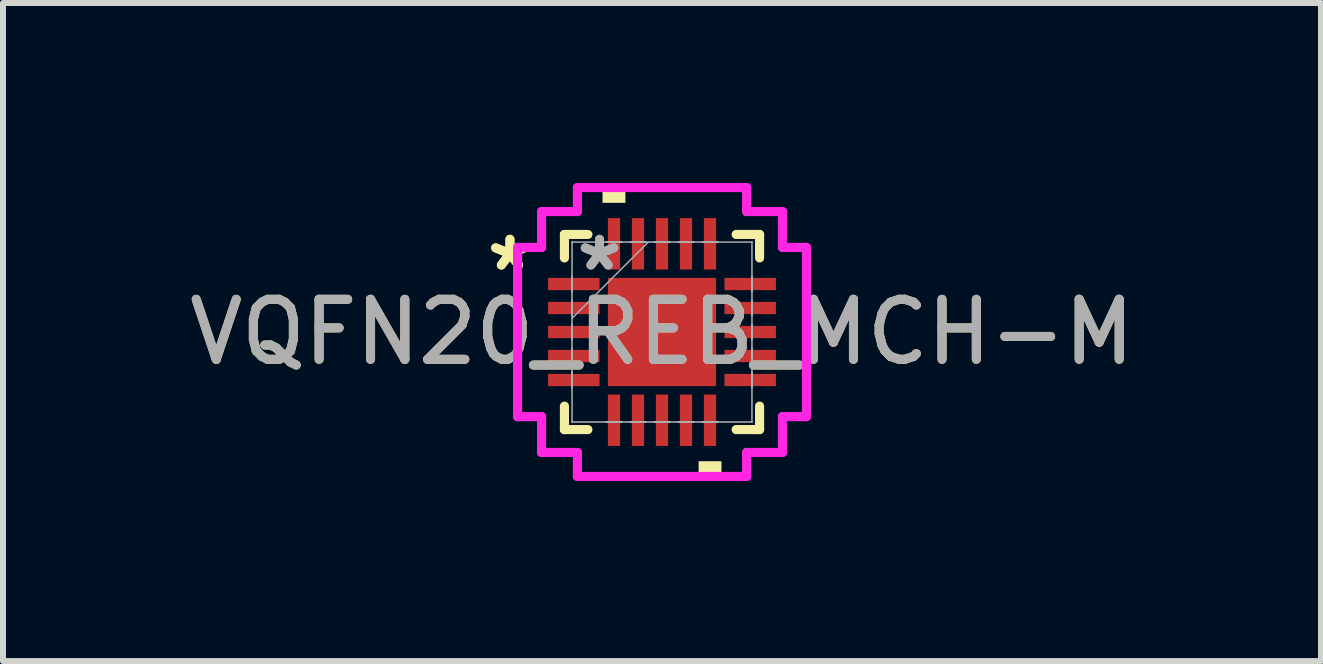
<source format=kicad_pcb>
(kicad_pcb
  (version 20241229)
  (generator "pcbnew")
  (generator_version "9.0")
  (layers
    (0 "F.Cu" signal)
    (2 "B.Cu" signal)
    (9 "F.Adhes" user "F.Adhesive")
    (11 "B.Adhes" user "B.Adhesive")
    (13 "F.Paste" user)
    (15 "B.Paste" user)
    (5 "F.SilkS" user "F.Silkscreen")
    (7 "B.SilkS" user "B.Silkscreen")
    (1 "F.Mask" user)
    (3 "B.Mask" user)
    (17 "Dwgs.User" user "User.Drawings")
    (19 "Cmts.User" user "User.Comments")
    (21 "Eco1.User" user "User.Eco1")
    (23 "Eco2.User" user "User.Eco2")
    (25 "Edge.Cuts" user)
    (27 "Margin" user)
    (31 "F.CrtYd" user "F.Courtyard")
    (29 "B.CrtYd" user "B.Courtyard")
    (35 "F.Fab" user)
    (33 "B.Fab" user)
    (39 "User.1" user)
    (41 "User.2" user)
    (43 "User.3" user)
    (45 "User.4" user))
  (footprint "VQFN20_REB_MCH-M"
    (layer "F.Cu")
    (at 7.982 2.483)
    (property "Reference" "VQFN20_REB_MCH-M" (at 0 0 0) (unlocked yes) (layer "F.SilkS") (effects (font (size 1 1) (thickness 0.15))))
    (attr smd)
    (fp_line (start -1.626 -1.626) (end -1.626 -1.235) (stroke (width 0.152) (type solid)) (layer "F.SilkS"))
    (fp_line (start -1.626 1.235) (end -1.626 1.626) (stroke (width 0.152) (type solid)) (layer "F.SilkS"))
    (fp_line (start -1.626 1.626) (end -1.235 1.626) (stroke (width 0.152) (type solid)) (layer "F.SilkS"))
    (fp_line (start -1.235 -1.626) (end -1.626 -1.626) (stroke (width 0.152) (type solid)) (layer "F.SilkS"))
    (fp_line (start 1.235 1.626) (end 1.626 1.626) (stroke (width 0.152) (type solid)) (layer "F.SilkS"))
    (fp_line (start 1.626 -1.626) (end 1.235 -1.626) (stroke (width 0.152) (type solid)) (layer "F.SilkS"))
    (fp_line (start 1.626 -1.235) (end 1.626 -1.626) (stroke (width 0.152) (type solid)) (layer "F.SilkS"))
    (fp_line (start 1.626 1.626) (end 1.626 1.235) (stroke (width 0.152) (type solid)) (layer "F.SilkS"))
    (fp_poly (pts (xy -0.991 -2.153) (xy -0.991 -2.407) (xy -0.61 -2.407) (xy -0.61 -2.153)) (stroke (width 0) (type solid)) (fill yes) (layer "F.SilkS"))
    (fp_poly (pts (xy 0.61 2.153) (xy 0.61 2.407) (xy 0.991 2.407) (xy 0.991 2.153)) (stroke (width 0) (type solid)) (fill yes) (layer "F.SilkS"))
    (fp_line (start -2.407 -1.41) (end -2.007 -1.41) (stroke (width 0.152) (type solid)) (layer "F.CrtYd"))
    (fp_line (start -2.407 1.41) (end -2.407 -1.41) (stroke (width 0.152) (type solid)) (layer "F.CrtYd"))
    (fp_line (start -2.007 -2.007) (end -1.41 -2.007) (stroke (width 0.152) (type solid)) (layer "F.CrtYd"))
    (fp_line (start -2.007 -1.41) (end -2.007 -2.007) (stroke (width 0.152) (type solid)) (layer "F.CrtYd"))
    (fp_line (start -2.007 1.41) (end -2.407 1.41) (stroke (width 0.152) (type solid)) (layer "F.CrtYd"))
    (fp_line (start -2.007 2.007) (end -2.007 1.41) (stroke (width 0.152) (type solid)) (layer "F.CrtYd"))
    (fp_line (start -1.41 -2.407) (end 1.41 -2.407) (stroke (width 0.152) (type solid)) (layer "F.CrtYd"))
    (fp_line (start -1.41 -2.007) (end -1.41 -2.407) (stroke (width 0.152) (type solid)) (layer "F.CrtYd"))
    (fp_line (start -1.41 2.007) (end -2.007 2.007) (stroke (width 0.152) (type solid)) (layer "F.CrtYd"))
    (fp_line (start -1.41 2.407) (end -1.41 2.007) (stroke (width 0.152) (type solid)) (layer "F.CrtYd"))
    (fp_line (start 1.41 -2.407) (end 1.41 -2.007) (stroke (width 0.152) (type solid)) (layer "F.CrtYd"))
    (fp_line (start 1.41 -2.007) (end 2.007 -2.007) (stroke (width 0.152) (type solid)) (layer "F.CrtYd"))
    (fp_line (start 1.41 2.007) (end 1.41 2.407) (stroke (width 0.152) (type solid)) (layer "F.CrtYd"))
    (fp_line (start 1.41 2.407) (end -1.41 2.407) (stroke (width 0.152) (type solid)) (layer "F.CrtYd"))
    (fp_line (start 2.007 -2.007) (end 2.007 -1.41) (stroke (width 0.152) (type solid)) (layer "F.CrtYd"))
    (fp_line (start 2.007 -1.41) (end 2.407 -1.41) (stroke (width 0.152) (type solid)) (layer "F.CrtYd"))
    (fp_line (start 2.007 1.41) (end 2.007 2.007) (stroke (width 0.152) (type solid)) (layer "F.CrtYd"))
    (fp_line (start 2.007 2.007) (end 1.41 2.007) (stroke (width 0.152) (type solid)) (layer "F.CrtYd"))
    (fp_line (start 2.407 -1.41) (end 2.407 1.41) (stroke (width 0.152) (type solid)) (layer "F.CrtYd"))
    (fp_line (start 2.407 1.41) (end 2.007 1.41) (stroke (width 0.152) (type solid)) (layer "F.CrtYd"))
    (fp_line (start -1.499 -1.499) (end -1.499 -1.499) (stroke (width 0.025) (type solid)) (layer "F.Fab"))
    (fp_line (start -1.499 -1.499) (end -1.499 1.499) (stroke (width 0.025) (type solid)) (layer "F.Fab"))
    (fp_line (start -1.499 -0.927) (end -1.499 -0.927) (stroke (width 0.025) (type solid)) (layer "F.Fab"))
    (fp_line (start -1.499 -0.927) (end -1.499 -0.673) (stroke (width 0.025) (type solid)) (layer "F.Fab"))
    (fp_line (start -1.499 -0.673) (end -1.499 -0.927) (stroke (width 0.025) (type solid)) (layer "F.Fab"))
    (fp_line (start -1.499 -0.673) (end -1.499 -0.673) (stroke (width 0.025) (type solid)) (layer "F.Fab"))
    (fp_line (start -1.499 -0.527) (end -1.499 -0.527) (stroke (width 0.025) (type solid)) (layer "F.Fab"))
    (fp_line (start -1.499 -0.527) (end -1.499 -0.273) (stroke (width 0.025) (type solid)) (layer "F.Fab"))
    (fp_line (start -1.499 -0.273) (end -1.499 -0.527) (stroke (width 0.025) (type solid)) (layer "F.Fab"))
    (fp_line (start -1.499 -0.273) (end -1.499 -0.273) (stroke (width 0.025) (type solid)) (layer "F.Fab"))
    (fp_line (start -1.499 -0.229) (end -0.229 -1.499) (stroke (width 0.025) (type solid)) (layer "F.Fab"))
    (fp_line (start -1.499 -0.127) (end -1.499 -0.127) (stroke (width 0.025) (type solid)) (layer "F.Fab"))
    (fp_line (start -1.499 -0.127) (end -1.499 0.127) (stroke (width 0.025) (type solid)) (layer "F.Fab"))
    (fp_line (start -1.499 0.127) (end -1.499 -0.127) (stroke (width 0.025) (type solid)) (layer "F.Fab"))
    (fp_line (start -1.499 0.127) (end -1.499 0.127) (stroke (width 0.025) (type solid)) (layer "F.Fab"))
    (fp_line (start -1.499 0.273) (end -1.499 0.273) (stroke (width 0.025) (type solid)) (layer "F.Fab"))
    (fp_line (start -1.499 0.273) (end -1.499 0.527) (stroke (width 0.025) (type solid)) (layer "F.Fab"))
    (fp_line (start -1.499 0.527) (end -1.499 0.273) (stroke (width 0.025) (type solid)) (layer "F.Fab"))
    (fp_line (start -1.499 0.527) (end -1.499 0.527) (stroke (width 0.025) (type solid)) (layer "F.Fab"))
    (fp_line (start -1.499 0.673) (end -1.499 0.673) (stroke (width 0.025) (type solid)) (layer "F.Fab"))
    (fp_line (start -1.499 0.673) (end -1.499 0.927) (stroke (width 0.025) (type solid)) (layer "F.Fab"))
    (fp_line (start -1.499 0.927) (end -1.499 0.673) (stroke (width 0.025) (type solid)) (layer "F.Fab"))
    (fp_line (start -1.499 0.927) (end -1.499 0.927) (stroke (width 0.025) (type solid)) (layer "F.Fab"))
    (fp_line (start -1.499 1.499) (end -1.499 1.499) (stroke (width 0.025) (type solid)) (layer "F.Fab"))
    (fp_line (start -1.499 1.499) (end 1.499 1.499) (stroke (width 0.025) (type solid)) (layer "F.Fab"))
    (fp_line (start -0.927 -1.499) (end -0.927 -1.499) (stroke (width 0.025) (type solid)) (layer "F.Fab"))
    (fp_line (start -0.927 -1.499) (end -0.673 -1.499) (stroke (width 0.025) (type solid)) (layer "F.Fab"))
    (fp_line (start -0.927 1.499) (end -0.927 1.499) (stroke (width 0.025) (type solid)) (layer "F.Fab"))
    (fp_line (start -0.927 1.499) (end -0.673 1.499) (stroke (width 0.025) (type solid)) (layer "F.Fab"))
    (fp_line (start -0.673 -1.499) (end -0.927 -1.499) (stroke (width 0.025) (type solid)) (layer "F.Fab"))
    (fp_line (start -0.673 -1.499) (end -0.673 -1.499) (stroke (width 0.025) (type solid)) (layer "F.Fab"))
    (fp_line (start -0.673 1.499) (end -0.927 1.499) (stroke (width 0.025) (type solid)) (layer "F.Fab"))
    (fp_line (start -0.673 1.499) (end -0.673 1.499) (stroke (width 0.025) (type solid)) (layer "F.Fab"))
    (fp_line (start -0.527 -1.499) (end -0.527 -1.499) (stroke (width 0.025) (type solid)) (layer "F.Fab"))
    (fp_line (start -0.527 -1.499) (end -0.273 -1.499) (stroke (width 0.025) (type solid)) (layer "F.Fab"))
    (fp_line (start -0.527 1.499) (end -0.527 1.499) (stroke (width 0.025) (type solid)) (layer "F.Fab"))
    (fp_line (start -0.527 1.499) (end -0.273 1.499) (stroke (width 0.025) (type solid)) (layer "F.Fab"))
    (fp_line (start -0.273 -1.499) (end -0.527 -1.499) (stroke (width 0.025) (type solid)) (layer "F.Fab"))
    (fp_line (start -0.273 -1.499) (end -0.273 -1.499) (stroke (width 0.025) (type solid)) (layer "F.Fab"))
    (fp_line (start -0.273 1.499) (end -0.527 1.499) (stroke (width 0.025) (type solid)) (layer "F.Fab"))
    (fp_line (start -0.273 1.499) (end -0.273 1.499) (stroke (width 0.025) (type solid)) (layer "F.Fab"))
    (fp_line (start -0.127 -1.499) (end -0.127 -1.499) (stroke (width 0.025) (type solid)) (layer "F.Fab"))
    (fp_line (start -0.127 -1.499) (end 0.127 -1.499) (stroke (width 0.025) (type solid)) (layer "F.Fab"))
    (fp_line (start -0.127 1.499) (end -0.127 1.499) (stroke (width 0.025) (type solid)) (layer "F.Fab"))
    (fp_line (start -0.127 1.499) (end 0.127 1.499) (stroke (width 0.025) (type solid)) (layer "F.Fab"))
    (fp_line (start 0.127 -1.499) (end -0.127 -1.499) (stroke (width 0.025) (type solid)) (layer "F.Fab"))
    (fp_line (start 0.127 -1.499) (end 0.127 -1.499) (stroke (width 0.025) (type solid)) (layer "F.Fab"))
    (fp_line (start 0.127 1.499) (end -0.127 1.499) (stroke (width 0.025) (type solid)) (layer "F.Fab"))
    (fp_line (start 0.127 1.499) (end 0.127 1.499) (stroke (width 0.025) (type solid)) (layer "F.Fab"))
    (fp_line (start 0.273 -1.499) (end 0.273 -1.499) (stroke (width 0.025) (type solid)) (layer "F.Fab"))
    (fp_line (start 0.273 -1.499) (end 0.527 -1.499) (stroke (width 0.025) (type solid)) (layer "F.Fab"))
    (fp_line (start 0.273 1.499) (end 0.273 1.499) (stroke (width 0.025) (type solid)) (layer "F.Fab"))
    (fp_line (start 0.273 1.499) (end 0.527 1.499) (stroke (width 0.025) (type solid)) (layer "F.Fab"))
    (fp_line (start 0.527 -1.499) (end 0.273 -1.499) (stroke (width 0.025) (type solid)) (layer "F.Fab"))
    (fp_line (start 0.527 -1.499) (end 0.527 -1.499) (stroke (width 0.025) (type solid)) (layer "F.Fab"))
    (fp_line (start 0.527 1.499) (end 0.273 1.499) (stroke (width 0.025) (type solid)) (layer "F.Fab"))
    (fp_line (start 0.527 1.499) (end 0.527 1.499) (stroke (width 0.025) (type solid)) (layer "F.Fab"))
    (fp_line (start 0.673 -1.499) (end 0.673 -1.499) (stroke (width 0.025) (type solid)) (layer "F.Fab"))
    (fp_line (start 0.673 -1.499) (end 0.927 -1.499) (stroke (width 0.025) (type solid)) (layer "F.Fab"))
    (fp_line (start 0.673 1.499) (end 0.673 1.499) (stroke (width 0.025) (type solid)) (layer "F.Fab"))
    (fp_line (start 0.673 1.499) (end 0.927 1.499) (stroke (width 0.025) (type solid)) (layer "F.Fab"))
    (fp_line (start 0.927 -1.499) (end 0.673 -1.499) (stroke (width 0.025) (type solid)) (layer "F.Fab"))
    (fp_line (start 0.927 -1.499) (end 0.927 -1.499) (stroke (width 0.025) (type solid)) (layer "F.Fab"))
    (fp_line (start 0.927 1.499) (end 0.673 1.499) (stroke (width 0.025) (type solid)) (layer "F.Fab"))
    (fp_line (start 0.927 1.499) (end 0.927 1.499) (stroke (width 0.025) (type solid)) (layer "F.Fab"))
    (fp_line (start 1.499 -1.499) (end -1.499 -1.499) (stroke (width 0.025) (type solid)) (layer "F.Fab"))
    (fp_line (start 1.499 -1.499) (end 1.499 -1.499) (stroke (width 0.025) (type solid)) (layer "F.Fab"))
    (fp_line (start 1.499 -0.927) (end 1.499 -0.927) (stroke (width 0.025) (type solid)) (layer "F.Fab"))
    (fp_line (start 1.499 -0.927) (end 1.499 -0.673) (stroke (width 0.025) (type solid)) (layer "F.Fab"))
    (fp_line (start 1.499 -0.673) (end 1.499 -0.927) (stroke (width 0.025) (type solid)) (layer "F.Fab"))
    (fp_line (start 1.499 -0.673) (end 1.499 -0.673) (stroke (width 0.025) (type solid)) (layer "F.Fab"))
    (fp_line (start 1.499 -0.527) (end 1.499 -0.527) (stroke (width 0.025) (type solid)) (layer "F.Fab"))
    (fp_line (start 1.499 -0.527) (end 1.499 -0.273) (stroke (width 0.025) (type solid)) (layer "F.Fab"))
    (fp_line (start 1.499 -0.273) (end 1.499 -0.527) (stroke (width 0.025) (type solid)) (layer "F.Fab"))
    (fp_line (start 1.499 -0.273) (end 1.499 -0.273) (stroke (width 0.025) (type solid)) (layer "F.Fab"))
    (fp_line (start 1.499 -0.127) (end 1.499 -0.127) (stroke (width 0.025) (type solid)) (layer "F.Fab"))
    (fp_line (start 1.499 -0.127) (end 1.499 0.127) (stroke (width 0.025) (type solid)) (layer "F.Fab"))
    (fp_line (start 1.499 0.127) (end 1.499 -0.127) (stroke (width 0.025) (type solid)) (layer "F.Fab"))
    (fp_line (start 1.499 0.127) (end 1.499 0.127) (stroke (width 0.025) (type solid)) (layer "F.Fab"))
    (fp_line (start 1.499 0.273) (end 1.499 0.273) (stroke (width 0.025) (type solid)) (layer "F.Fab"))
    (fp_line (start 1.499 0.273) (end 1.499 0.527) (stroke (width 0.025) (type solid)) (layer "F.Fab"))
    (fp_line (start 1.499 0.527) (end 1.499 0.273) (stroke (width 0.025) (type solid)) (layer "F.Fab"))
    (fp_line (start 1.499 0.527) (end 1.499 0.527) (stroke (width 0.025) (type solid)) (layer "F.Fab"))
    (fp_line (start 1.499 0.673) (end 1.499 0.673) (stroke (width 0.025) (type solid)) (layer "F.Fab"))
    (fp_line (start 1.499 0.673) (end 1.499 0.927) (stroke (width 0.025) (type solid)) (layer "F.Fab"))
    (fp_line (start 1.499 0.927) (end 1.499 0.673) (stroke (width 0.025) (type solid)) (layer "F.Fab"))
    (fp_line (start 1.499 0.927) (end 1.499 0.927) (stroke (width 0.025) (type solid)) (layer "F.Fab"))
    (fp_line (start 1.499 1.499) (end 1.499 -1.499) (stroke (width 0.025) (type solid)) (layer "F.Fab"))
    (fp_line (start 1.499 1.499) (end 1.499 1.499) (stroke (width 0.025) (type solid)) (layer "F.Fab"))
    (fp_text user "*" (at -2.534 -1 0) (unlocked yes) (layer "F.SilkS") (effects (font (size 1 1) (thickness 0.15))))
    (fp_text user "*" (at -2.534 -1 0) (layer "F.SilkS") (effects (font (size 1 1) (thickness 0.15))))
    (fp_text user "*" (at -1.041 -1 0) (unlocked yes) (layer "F.Fab") (effects (font (size 1 1) (thickness 0.15))))
    (fp_text user "*" (at -1.041 -1 0) (layer "F.Fab") (effects (font (size 1 1) (thickness 0.15))))
    (fp_text user "${REFERENCE}" (at 0 0 0) (unlocked yes) (layer "F.Fab") (effects (font (size 1 1) (thickness 0.15))))
    (pad "1" smd rect (at -1.47 -0.8 90) (size 0.204 0.857) (layers "F.Cu" "F.Mask" "F.Paste"))
    (pad "2" smd rect (at -1.47 -0.4 90) (size 0.204 0.857) (layers "F.Cu" "F.Mask" "F.Paste"))
    (pad "3" smd rect (at -1.47 0 90) (size 0.204 0.857) (layers "F.Cu" "F.Mask" "F.Paste"))
    (pad "4" smd rect (at -1.47 0.4 90) (size 0.204 0.857) (layers "F.Cu" "F.Mask" "F.Paste"))
    (pad "5" smd rect (at -1.47 0.8 90) (size 0.204 0.857) (layers "F.Cu" "F.Mask" "F.Paste"))
    (pad "6" smd rect (at -0.8 1.47) (size 0.204 0.857) (layers "F.Cu" "F.Mask" "F.Paste"))
    (pad "7" smd rect (at -0.4 1.47) (size 0.204 0.857) (layers "F.Cu" "F.Mask" "F.Paste"))
    (pad "8" smd rect (at 0 1.47) (size 0.204 0.857) (layers "F.Cu" "F.Mask" "F.Paste"))
    (pad "9" smd rect (at 0.4 1.47) (size 0.204 0.857) (layers "F.Cu" "F.Mask" "F.Paste"))
    (pad "10" smd rect (at 0.8 1.47) (size 0.204 0.857) (layers "F.Cu" "F.Mask" "F.Paste"))
    (pad "11" smd rect (at 1.47 0.8 90) (size 0.204 0.857) (layers "F.Cu" "F.Mask" "F.Paste"))
    (pad "12" smd rect (at 1.47 0.4 90) (size 0.204 0.857) (layers "F.Cu" "F.Mask" "F.Paste"))
    (pad "13" smd rect (at 1.47 0 90) (size 0.204 0.857) (layers "F.Cu" "F.Mask" "F.Paste"))
    (pad "14" smd rect (at 1.47 -0.4 90) (size 0.204 0.857) (layers "F.Cu" "F.Mask" "F.Paste"))
    (pad "15" smd rect (at 1.47 -0.8 90) (size 0.204 0.857) (layers "F.Cu" "F.Mask" "F.Paste"))
    (pad "16" smd rect (at 0.8 -1.47) (size 0.204 0.857) (layers "F.Cu" "F.Mask" "F.Paste"))
    (pad "17" smd rect (at 0.4 -1.47) (size 0.204 0.857) (layers "F.Cu" "F.Mask" "F.Paste"))
    (pad "18" smd rect (at 0 -1.47) (size 0.204 0.857) (layers "F.Cu" "F.Mask" "F.Paste"))
    (pad "19" smd rect (at -0.4 -1.47) (size 0.204 0.857) (layers "F.Cu" "F.Mask" "F.Paste"))
    (pad "20" smd rect (at -0.8 -1.47) (size 0.204 0.857) (layers "F.Cu" "F.Mask" "F.Paste"))
    (pad "21" smd rect (at 0 0) (size 1.803 1.803) (layers "F.Cu" "F.Mask" "F.Paste")))
  (gr_rect
    (start -3 -3)
    (end 18.964 7.966)
    (stroke (width 0.1) (type default))
    (fill no)
    (layer "Edge.Cuts")))
</source>
